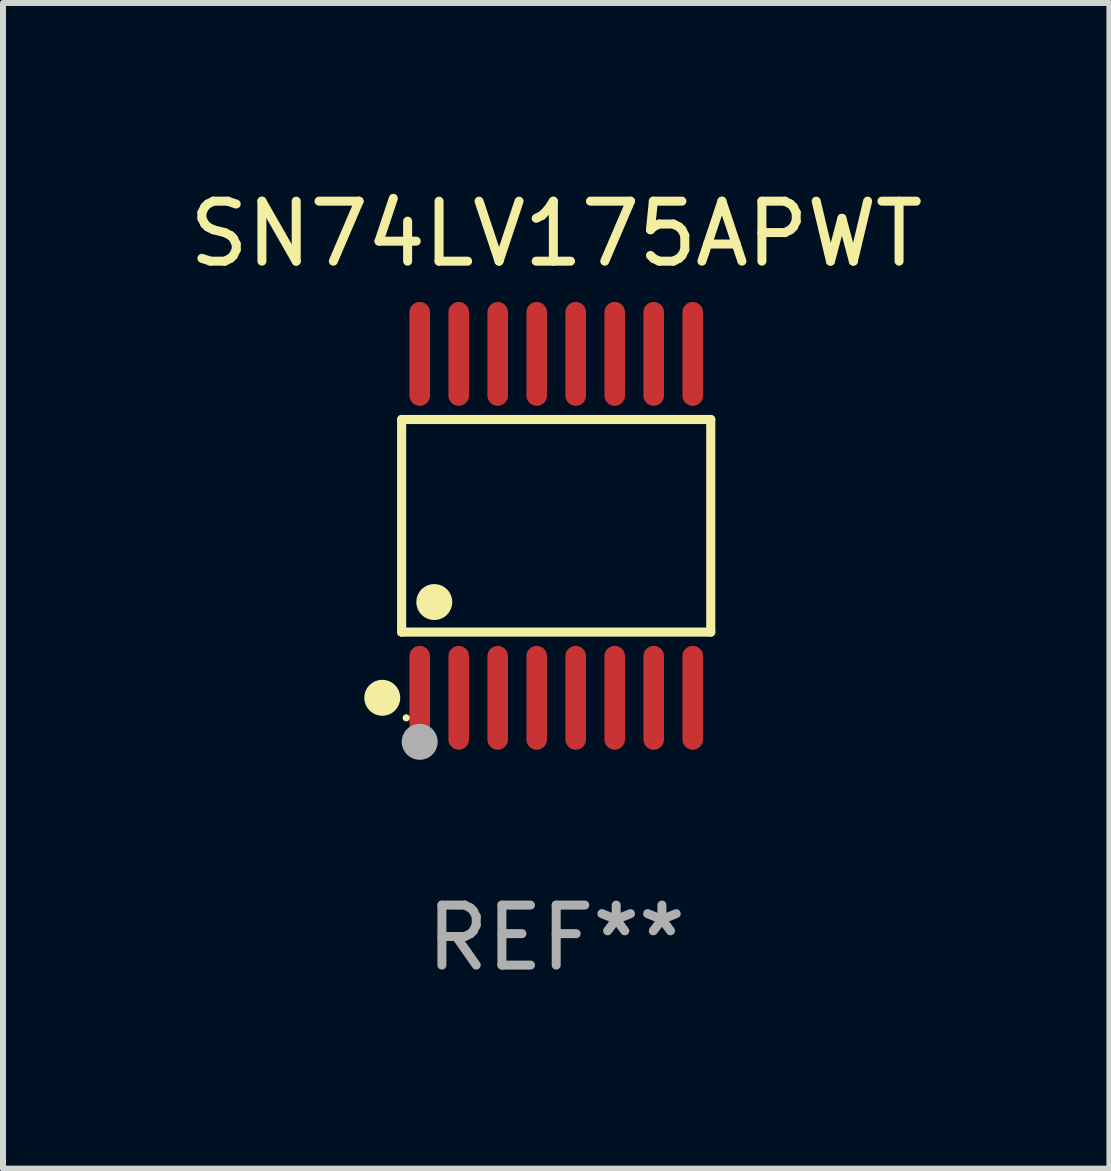
<source format=kicad_pcb>
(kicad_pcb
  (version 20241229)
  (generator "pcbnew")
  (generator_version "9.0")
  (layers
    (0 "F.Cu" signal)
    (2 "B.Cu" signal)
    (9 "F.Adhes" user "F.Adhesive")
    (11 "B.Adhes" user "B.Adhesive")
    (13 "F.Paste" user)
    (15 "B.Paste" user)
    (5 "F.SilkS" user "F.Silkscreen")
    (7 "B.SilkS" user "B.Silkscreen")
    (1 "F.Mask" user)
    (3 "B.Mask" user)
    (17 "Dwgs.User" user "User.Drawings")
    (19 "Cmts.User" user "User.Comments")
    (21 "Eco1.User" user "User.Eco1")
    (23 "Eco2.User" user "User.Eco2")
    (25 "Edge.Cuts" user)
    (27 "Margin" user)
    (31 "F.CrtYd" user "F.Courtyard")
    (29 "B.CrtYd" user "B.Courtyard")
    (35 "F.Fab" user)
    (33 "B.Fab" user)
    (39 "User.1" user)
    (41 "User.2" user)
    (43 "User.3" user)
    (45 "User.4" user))
  (footprint "SN74LV175APWT"
    (layer "F.Cu")
    (at 6.22 5.714)
    (property "Reference" "SN74LV175APWT" (at 0 -4.866 0) (layer "F.SilkS") (effects (font (size 1 1) (thickness 0.15))))
    (attr through_hole)
    (fp_line (start -2.576 -1.772) (end 2.576 -1.772) (stroke (width 0.152) (type solid)) (layer "F.SilkS"))
    (fp_line (start -2.576 1.771) (end -2.576 -1.772) (stroke (width 0.152) (type solid)) (layer "F.SilkS"))
    (fp_line (start 2.576 -1.772) (end 2.576 1.771) (stroke (width 0.152) (type solid)) (layer "F.SilkS"))
    (fp_line (start 2.576 1.771) (end -2.576 1.771) (stroke (width 0.152) (type solid)) (layer "F.SilkS"))
    (fp_circle (center -2.899 2.866) (end -2.749 2.866) (stroke (width 0.3) (type solid)) (fill no) (layer "F.SilkS"))
    (fp_circle (center -2.5 3.2) (end -2.47 3.2) (stroke (width 0.06) (type solid)) (fill no) (layer "F.SilkS"))
    (fp_circle (center -2.032 1.27) (end -1.882 1.27) (stroke (width 0.3) (type solid)) (fill no) (layer "F.SilkS"))
    (fp_circle (center -2.275 3.6) (end -2.125 3.6) (stroke (width 0.3) (type solid)) (fill no) (layer "F.Fab"))
    (fp_text user "REF**" (at 0 6.866 0) (layer "F.Fab") (effects (font (size 1 1) (thickness 0.15))))
    (pad "1" smd oval (at -2.275 2.866) (size 0.343 1.731) (layers "F.Cu" "F.Mask" "F.Paste"))
    (pad "2" smd oval (at -1.625 2.866) (size 0.343 1.731) (layers "F.Cu" "F.Mask" "F.Paste"))
    (pad "3" smd oval (at -0.975 2.866) (size 0.343 1.731) (layers "F.Cu" "F.Mask" "F.Paste"))
    (pad "4" smd oval (at -0.325 2.866) (size 0.343 1.731) (layers "F.Cu" "F.Mask" "F.Paste"))
    (pad "5" smd oval (at 0.325 2.866) (size 0.343 1.731) (layers "F.Cu" "F.Mask" "F.Paste"))
    (pad "6" smd oval (at 0.975 2.866) (size 0.343 1.731) (layers "F.Cu" "F.Mask" "F.Paste"))
    (pad "7" smd oval (at 1.625 2.866) (size 0.343 1.731) (layers "F.Cu" "F.Mask" "F.Paste"))
    (pad "8" smd oval (at 2.275 2.866) (size 0.343 1.731) (layers "F.Cu" "F.Mask" "F.Paste"))
    (pad "9" smd oval (at 2.275 -2.866) (size 0.343 1.731) (layers "F.Cu" "F.Mask" "F.Paste"))
    (pad "10" smd oval (at 1.625 -2.866) (size 0.343 1.731) (layers "F.Cu" "F.Mask" "F.Paste"))
    (pad "11" smd oval (at 0.975 -2.866) (size 0.343 1.731) (layers "F.Cu" "F.Mask" "F.Paste"))
    (pad "12" smd oval (at 0.325 -2.866) (size 0.343 1.731) (layers "F.Cu" "F.Mask" "F.Paste"))
    (pad "13" smd oval (at -0.325 -2.866) (size 0.343 1.731) (layers "F.Cu" "F.Mask" "F.Paste"))
    (pad "14" smd oval (at -0.975 -2.866) (size 0.343 1.731) (layers "F.Cu" "F.Mask" "F.Paste"))
    (pad "15" smd oval (at -1.625 -2.866) (size 0.343 1.731) (layers "F.Cu" "F.Mask" "F.Paste"))
    (pad "16" smd oval (at -2.275 -2.866) (size 0.343 1.731) (layers "F.Cu" "F.Mask" "F.Paste")))
  (gr_rect
    (start -3 -3)
    (end 15.44 16.428)
    (stroke (width 0.1) (type default))
    (fill no)
    (layer "Edge.Cuts")))
</source>
